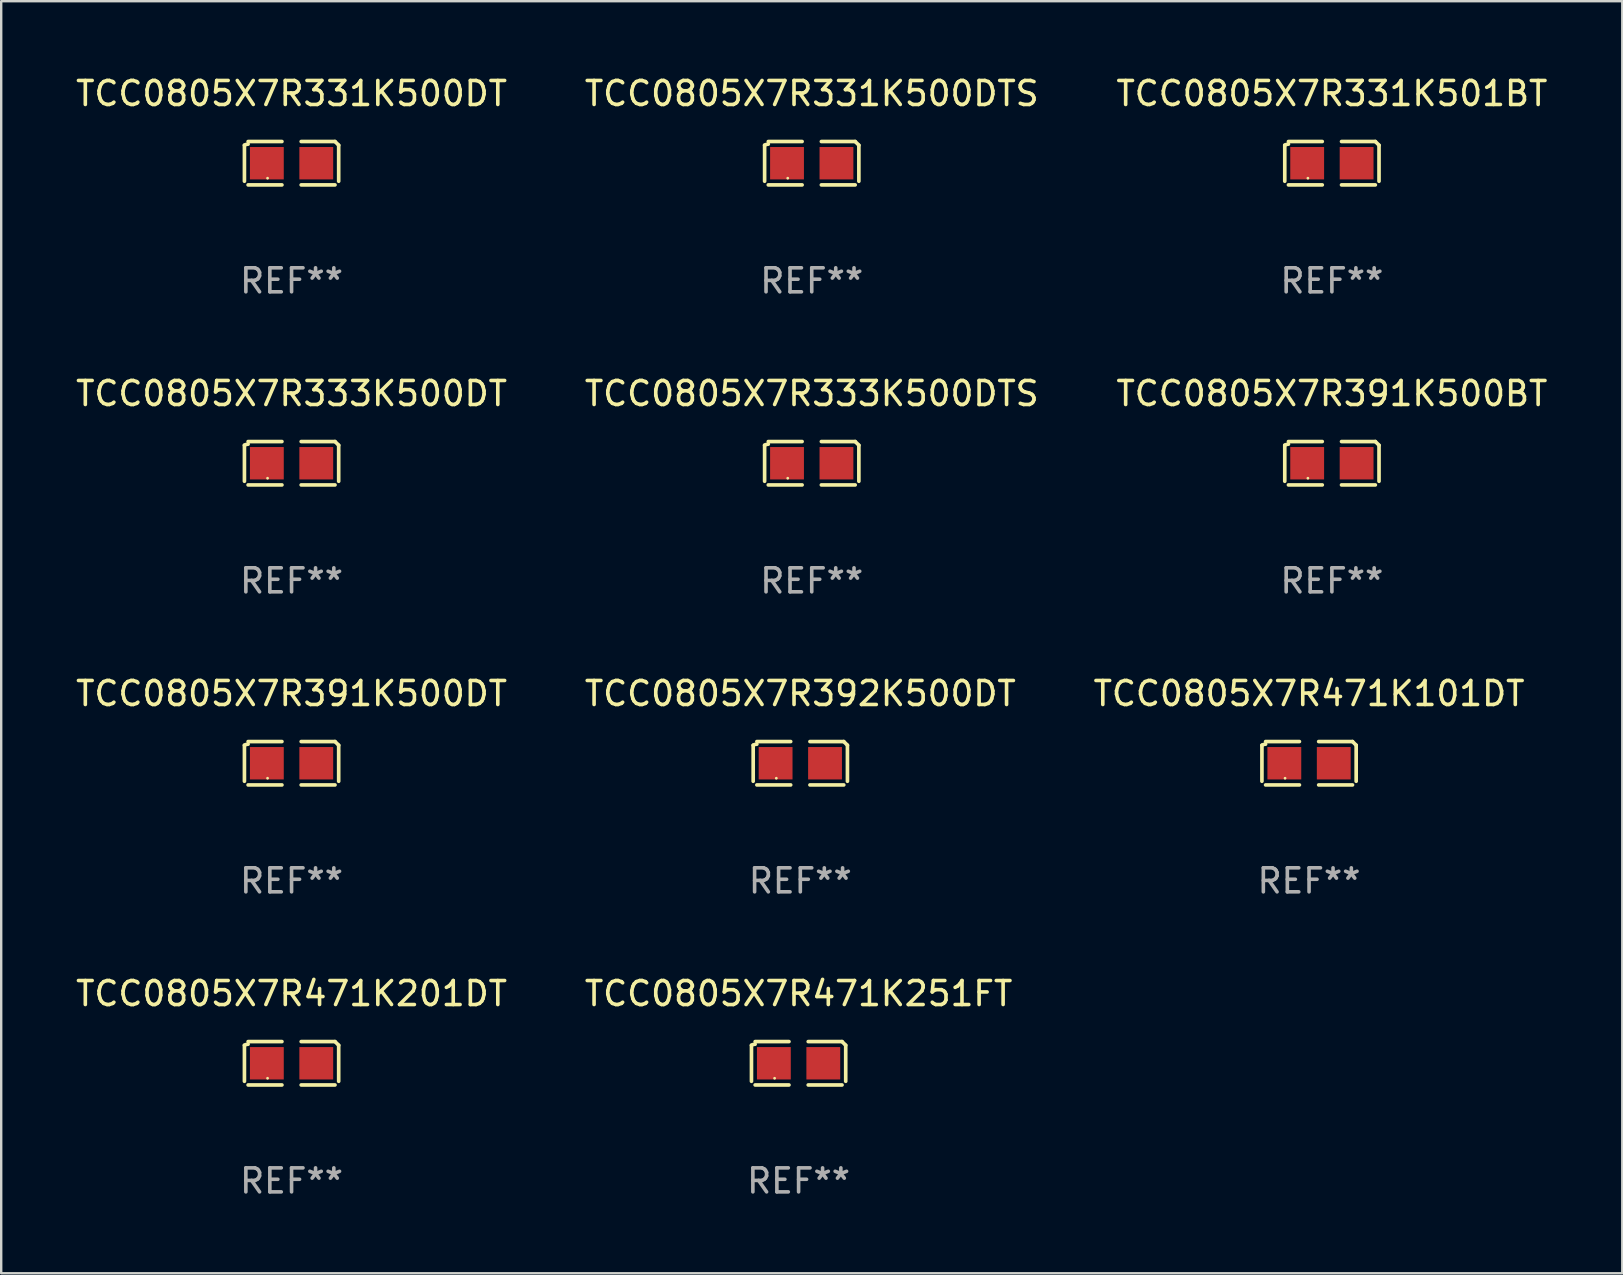
<source format=kicad_pcb>
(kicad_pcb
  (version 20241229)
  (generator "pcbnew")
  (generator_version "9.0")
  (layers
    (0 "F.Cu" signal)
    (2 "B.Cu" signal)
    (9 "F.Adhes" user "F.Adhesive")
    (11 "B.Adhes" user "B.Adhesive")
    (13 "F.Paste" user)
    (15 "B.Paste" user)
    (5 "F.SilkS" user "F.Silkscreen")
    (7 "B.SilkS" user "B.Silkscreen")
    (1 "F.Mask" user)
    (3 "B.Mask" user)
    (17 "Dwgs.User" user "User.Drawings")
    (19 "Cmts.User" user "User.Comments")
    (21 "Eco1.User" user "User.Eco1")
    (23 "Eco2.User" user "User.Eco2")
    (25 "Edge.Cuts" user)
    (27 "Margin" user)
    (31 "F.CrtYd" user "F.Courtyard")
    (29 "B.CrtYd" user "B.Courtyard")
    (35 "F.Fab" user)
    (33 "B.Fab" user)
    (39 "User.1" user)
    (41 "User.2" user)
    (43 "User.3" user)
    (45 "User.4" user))
  (footprint "TCC0805X7R331K500DTS"
    (layer "F.Cu")
    (at 30.78 3.752)
    (property "Reference" "TCC0805X7R331K500DTS" (at 0 -2.904 0) (layer "F.SilkS") (effects (font (size 1 1) (thickness 0.15))))
    (attr through_hole)
    (fp_line (start -1.964 0.751) (end -1.964 -0.751) (stroke (width 0.152) (type solid)) (layer "F.SilkS"))
    (fp_line (start -1.811 -0.904) (end -0.401 -0.904) (stroke (width 0.152) (type solid)) (layer "F.SilkS"))
    (fp_line (start -0.401 0.904) (end -1.811 0.904) (stroke (width 0.152) (type solid)) (layer "F.SilkS"))
    (fp_line (start 0.401 0.904) (end 1.811 0.904) (stroke (width 0.152) (type solid)) (layer "F.SilkS"))
    (fp_line (start 1.811 -0.904) (end 0.401 -0.904) (stroke (width 0.152) (type solid)) (layer "F.SilkS"))
    (fp_line (start 1.964 0.751) (end 1.964 -0.751) (stroke (width 0.152) (type solid)) (layer "F.SilkS"))
    (fp_arc (start -1.963602 -0.751207) (mid -1.890354 -0.783131) (end -1.811201 -0.794044) (stroke (width 0.1524) (type solid)) (layer "F.SilkS"))
    (fp_arc (start 1.811202 -0.903607) (mid 1.887413 -0.827418) (end 1.963602 -0.751207) (stroke (width 0.1524) (type solid)) (layer "F.SilkS"))
    (fp_circle (center -1 0.625) (end -0.97 0.625) (stroke (width 0.06) (type solid)) (fill no) (layer "F.SilkS"))
    (fp_text user "REF**" (at 0 4.904 0) (layer "F.Fab") (effects (font (size 1 1) (thickness 0.15))))
    (pad "1" smd rect (at -1.03 0) (size 1.41 1.35) (layers "F.Cu" "F.Mask" "F.Paste"))
    (pad "2" smd rect (at 1.03 0) (size 1.41 1.35) (layers "F.Cu" "F.Mask" "F.Paste")))
  (footprint "TCC0805X7R391K500BT"
    (layer "F.Cu")
    (at 52.458 16.256)
    (property "Reference" "TCC0805X7R391K500BT" (at 0 -2.904 0) (layer "F.SilkS") (effects (font (size 1 1) (thickness 0.15))))
    (attr through_hole)
    (fp_line (start -1.964 0.751) (end -1.964 -0.751) (stroke (width 0.152) (type solid)) (layer "F.SilkS"))
    (fp_line (start -1.811 -0.904) (end -0.401 -0.904) (stroke (width 0.152) (type solid)) (layer "F.SilkS"))
    (fp_line (start -0.401 0.904) (end -1.811 0.904) (stroke (width 0.152) (type solid)) (layer "F.SilkS"))
    (fp_line (start 0.401 0.904) (end 1.811 0.904) (stroke (width 0.152) (type solid)) (layer "F.SilkS"))
    (fp_line (start 1.811 -0.904) (end 0.401 -0.904) (stroke (width 0.152) (type solid)) (layer "F.SilkS"))
    (fp_line (start 1.964 0.751) (end 1.964 -0.751) (stroke (width 0.152) (type solid)) (layer "F.SilkS"))
    (fp_arc (start -1.963602 -0.751207) (mid -1.890354 -0.783131) (end -1.811201 -0.794044) (stroke (width 0.1524) (type solid)) (layer "F.SilkS"))
    (fp_arc (start 1.811202 -0.903607) (mid 1.887413 -0.827418) (end 1.963602 -0.751207) (stroke (width 0.1524) (type solid)) (layer "F.SilkS"))
    (fp_circle (center -1 0.625) (end -0.97 0.625) (stroke (width 0.06) (type solid)) (fill no) (layer "F.SilkS"))
    (fp_text user "REF**" (at 0 4.904 0) (layer "F.Fab") (effects (font (size 1 1) (thickness 0.15))))
    (pad "1" smd rect (at -1.03 0) (size 1.41 1.35) (layers "F.Cu" "F.Mask" "F.Paste"))
    (pad "2" smd rect (at 1.03 0) (size 1.41 1.35) (layers "F.Cu" "F.Mask" "F.Paste")))
  (footprint "TCC0805X7R392K500DT"
    (layer "F.Cu")
    (at 30.304 28.759)
    (property "Reference" "TCC0805X7R392K500DT" (at 0 -2.904 0) (layer "F.SilkS") (effects (font (size 1 1) (thickness 0.15))))
    (attr through_hole)
    (fp_line (start -1.964 0.751) (end -1.964 -0.751) (stroke (width 0.152) (type solid)) (layer "F.SilkS"))
    (fp_line (start -1.811 -0.904) (end -0.401 -0.904) (stroke (width 0.152) (type solid)) (layer "F.SilkS"))
    (fp_line (start -0.401 0.904) (end -1.811 0.904) (stroke (width 0.152) (type solid)) (layer "F.SilkS"))
    (fp_line (start 0.401 0.904) (end 1.811 0.904) (stroke (width 0.152) (type solid)) (layer "F.SilkS"))
    (fp_line (start 1.811 -0.904) (end 0.401 -0.904) (stroke (width 0.152) (type solid)) (layer "F.SilkS"))
    (fp_line (start 1.964 0.751) (end 1.964 -0.751) (stroke (width 0.152) (type solid)) (layer "F.SilkS"))
    (fp_arc (start -1.963602 -0.751207) (mid -1.890354 -0.783131) (end -1.811201 -0.794044) (stroke (width 0.1524) (type solid)) (layer "F.SilkS"))
    (fp_arc (start 1.811202 -0.903607) (mid 1.887413 -0.827418) (end 1.963602 -0.751207) (stroke (width 0.1524) (type solid)) (layer "F.SilkS"))
    (fp_circle (center -1 0.625) (end -0.97 0.625) (stroke (width 0.06) (type solid)) (fill no) (layer "F.SilkS"))
    (fp_text user "REF**" (at 0 4.904 0) (layer "F.Fab") (effects (font (size 1 1) (thickness 0.15))))
    (pad "1" smd rect (at -1.03 0) (size 1.41 1.35) (layers "F.Cu" "F.Mask" "F.Paste"))
    (pad "2" smd rect (at 1.03 0) (size 1.41 1.35) (layers "F.Cu" "F.Mask" "F.Paste")))
  (footprint "TCC0805X7R471K251FT"
    (layer "F.Cu")
    (at 30.232 41.263)
    (property "Reference" "TCC0805X7R471K251FT" (at 0 -2.904 0) (layer "F.SilkS") (effects (font (size 1 1) (thickness 0.15))))
    (attr through_hole)
    (fp_line (start -1.964 0.751) (end -1.964 -0.751) (stroke (width 0.152) (type solid)) (layer "F.SilkS"))
    (fp_line (start -1.811 -0.904) (end -0.401 -0.904) (stroke (width 0.152) (type solid)) (layer "F.SilkS"))
    (fp_line (start -0.401 0.904) (end -1.811 0.904) (stroke (width 0.152) (type solid)) (layer "F.SilkS"))
    (fp_line (start 0.401 0.904) (end 1.811 0.904) (stroke (width 0.152) (type solid)) (layer "F.SilkS"))
    (fp_line (start 1.811 -0.904) (end 0.401 -0.904) (stroke (width 0.152) (type solid)) (layer "F.SilkS"))
    (fp_line (start 1.964 0.751) (end 1.964 -0.751) (stroke (width 0.152) (type solid)) (layer "F.SilkS"))
    (fp_arc (start -1.963602 -0.751207) (mid -1.890354 -0.783131) (end -1.811201 -0.794044) (stroke (width 0.1524) (type solid)) (layer "F.SilkS"))
    (fp_arc (start 1.811202 -0.903607) (mid 1.887413 -0.827418) (end 1.963602 -0.751207) (stroke (width 0.1524) (type solid)) (layer "F.SilkS"))
    (fp_circle (center -1 0.625) (end -0.97 0.625) (stroke (width 0.06) (type solid)) (fill no) (layer "F.SilkS"))
    (fp_text user "REF**" (at 0 4.904 0) (layer "F.Fab") (effects (font (size 1 1) (thickness 0.15))))
    (pad "1" smd rect (at -1.03 0) (size 1.41 1.35) (layers "F.Cu" "F.Mask" "F.Paste"))
    (pad "2" smd rect (at 1.03 0) (size 1.41 1.35) (layers "F.Cu" "F.Mask" "F.Paste")))
  (footprint "TCC0805X7R333K500DT"
    (layer "F.Cu")
    (at 9.101 16.256)
    (property "Reference" "TCC0805X7R333K500DT" (at 0 -2.904 0) (layer "F.SilkS") (effects (font (size 1 1) (thickness 0.15))))
    (attr through_hole)
    (fp_line (start -1.964 0.751) (end -1.964 -0.751) (stroke (width 0.152) (type solid)) (layer "F.SilkS"))
    (fp_line (start -1.811 -0.904) (end -0.401 -0.904) (stroke (width 0.152) (type solid)) (layer "F.SilkS"))
    (fp_line (start -0.401 0.904) (end -1.811 0.904) (stroke (width 0.152) (type solid)) (layer "F.SilkS"))
    (fp_line (start 0.401 0.904) (end 1.811 0.904) (stroke (width 0.152) (type solid)) (layer "F.SilkS"))
    (fp_line (start 1.811 -0.904) (end 0.401 -0.904) (stroke (width 0.152) (type solid)) (layer "F.SilkS"))
    (fp_line (start 1.964 0.751) (end 1.964 -0.751) (stroke (width 0.152) (type solid)) (layer "F.SilkS"))
    (fp_arc (start -1.963602 -0.751207) (mid -1.890354 -0.783131) (end -1.811201 -0.794044) (stroke (width 0.1524) (type solid)) (layer "F.SilkS"))
    (fp_arc (start 1.811202 -0.903607) (mid 1.887413 -0.827418) (end 1.963602 -0.751207) (stroke (width 0.1524) (type solid)) (layer "F.SilkS"))
    (fp_circle (center -1 0.625) (end -0.97 0.625) (stroke (width 0.06) (type solid)) (fill no) (layer "F.SilkS"))
    (fp_text user "REF**" (at 0 4.904 0) (layer "F.Fab") (effects (font (size 1 1) (thickness 0.15))))
    (pad "1" smd rect (at -1.03 0) (size 1.41 1.35) (layers "F.Cu" "F.Mask" "F.Paste"))
    (pad "2" smd rect (at 1.03 0) (size 1.41 1.35) (layers "F.Cu" "F.Mask" "F.Paste")))
  (footprint "TCC0805X7R471K201DT"
    (layer "F.Cu")
    (at 9.101 41.263)
    (property "Reference" "TCC0805X7R471K201DT" (at 0 -2.904 0) (layer "F.SilkS") (effects (font (size 1 1) (thickness 0.15))))
    (attr through_hole)
    (fp_line (start -1.964 0.751) (end -1.964 -0.751) (stroke (width 0.152) (type solid)) (layer "F.SilkS"))
    (fp_line (start -1.811 -0.904) (end -0.401 -0.904) (stroke (width 0.152) (type solid)) (layer "F.SilkS"))
    (fp_line (start -0.401 0.904) (end -1.811 0.904) (stroke (width 0.152) (type solid)) (layer "F.SilkS"))
    (fp_line (start 0.401 0.904) (end 1.811 0.904) (stroke (width 0.152) (type solid)) (layer "F.SilkS"))
    (fp_line (start 1.811 -0.904) (end 0.401 -0.904) (stroke (width 0.152) (type solid)) (layer "F.SilkS"))
    (fp_line (start 1.964 0.751) (end 1.964 -0.751) (stroke (width 0.152) (type solid)) (layer "F.SilkS"))
    (fp_arc (start -1.963602 -0.751207) (mid -1.890354 -0.783131) (end -1.811201 -0.794044) (stroke (width 0.1524) (type solid)) (layer "F.SilkS"))
    (fp_arc (start 1.811202 -0.903607) (mid 1.887413 -0.827418) (end 1.963602 -0.751207) (stroke (width 0.1524) (type solid)) (layer "F.SilkS"))
    (fp_circle (center -1 0.625) (end -0.97 0.625) (stroke (width 0.06) (type solid)) (fill no) (layer "F.SilkS"))
    (fp_text user "REF**" (at 0 4.904 0) (layer "F.Fab") (effects (font (size 1 1) (thickness 0.15))))
    (pad "1" smd rect (at -1.03 0) (size 1.41 1.35) (layers "F.Cu" "F.Mask" "F.Paste"))
    (pad "2" smd rect (at 1.03 0) (size 1.41 1.35) (layers "F.Cu" "F.Mask" "F.Paste")))
  (footprint "TCC0805X7R331K501BT"
    (layer "F.Cu")
    (at 52.458 3.752)
    (property "Reference" "TCC0805X7R331K501BT" (at 0 -2.904 0) (layer "F.SilkS") (effects (font (size 1 1) (thickness 0.15))))
    (attr through_hole)
    (fp_line (start -1.964 0.751) (end -1.964 -0.751) (stroke (width 0.152) (type solid)) (layer "F.SilkS"))
    (fp_line (start -1.811 -0.904) (end -0.401 -0.904) (stroke (width 0.152) (type solid)) (layer "F.SilkS"))
    (fp_line (start -0.401 0.904) (end -1.811 0.904) (stroke (width 0.152) (type solid)) (layer "F.SilkS"))
    (fp_line (start 0.401 0.904) (end 1.811 0.904) (stroke (width 0.152) (type solid)) (layer "F.SilkS"))
    (fp_line (start 1.811 -0.904) (end 0.401 -0.904) (stroke (width 0.152) (type solid)) (layer "F.SilkS"))
    (fp_line (start 1.964 0.751) (end 1.964 -0.751) (stroke (width 0.152) (type solid)) (layer "F.SilkS"))
    (fp_arc (start -1.963602 -0.751207) (mid -1.890354 -0.783131) (end -1.811201 -0.794044) (stroke (width 0.1524) (type solid)) (layer "F.SilkS"))
    (fp_arc (start 1.811202 -0.903607) (mid 1.887413 -0.827418) (end 1.963602 -0.751207) (stroke (width 0.1524) (type solid)) (layer "F.SilkS"))
    (fp_circle (center -1 0.625) (end -0.97 0.625) (stroke (width 0.06) (type solid)) (fill no) (layer "F.SilkS"))
    (fp_text user "REF**" (at 0 4.904 0) (layer "F.Fab") (effects (font (size 1 1) (thickness 0.15))))
    (pad "1" smd rect (at -1.03 0) (size 1.41 1.35) (layers "F.Cu" "F.Mask" "F.Paste"))
    (pad "2" smd rect (at 1.03 0) (size 1.41 1.35) (layers "F.Cu" "F.Mask" "F.Paste")))
  (footprint "TCC0805X7R471K101DT"
    (layer "F.Cu")
    (at 51.506 28.759)
    (property "Reference" "TCC0805X7R471K101DT" (at 0 -2.904 0) (layer "F.SilkS") (effects (font (size 1 1) (thickness 0.15))))
    (attr through_hole)
    (fp_line (start -1.964 0.751) (end -1.964 -0.751) (stroke (width 0.152) (type solid)) (layer "F.SilkS"))
    (fp_line (start -1.811 -0.904) (end -0.401 -0.904) (stroke (width 0.152) (type solid)) (layer "F.SilkS"))
    (fp_line (start -0.401 0.904) (end -1.811 0.904) (stroke (width 0.152) (type solid)) (layer "F.SilkS"))
    (fp_line (start 0.401 0.904) (end 1.811 0.904) (stroke (width 0.152) (type solid)) (layer "F.SilkS"))
    (fp_line (start 1.811 -0.904) (end 0.401 -0.904) (stroke (width 0.152) (type solid)) (layer "F.SilkS"))
    (fp_line (start 1.964 0.751) (end 1.964 -0.751) (stroke (width 0.152) (type solid)) (layer "F.SilkS"))
    (fp_arc (start -1.963602 -0.751207) (mid -1.890354 -0.783131) (end -1.811201 -0.794044) (stroke (width 0.1524) (type solid)) (layer "F.SilkS"))
    (fp_arc (start 1.811202 -0.903607) (mid 1.887413 -0.827418) (end 1.963602 -0.751207) (stroke (width 0.1524) (type solid)) (layer "F.SilkS"))
    (fp_circle (center -1 0.625) (end -0.97 0.625) (stroke (width 0.06) (type solid)) (fill no) (layer "F.SilkS"))
    (fp_text user "REF**" (at 0 4.904 0) (layer "F.Fab") (effects (font (size 1 1) (thickness 0.15))))
    (pad "1" smd rect (at -1.03 0) (size 1.41 1.35) (layers "F.Cu" "F.Mask" "F.Paste"))
    (pad "2" smd rect (at 1.03 0) (size 1.41 1.35) (layers "F.Cu" "F.Mask" "F.Paste")))
  (footprint "TCC0805X7R331K500DT"
    (layer "F.Cu")
    (at 9.101 3.752)
    (property "Reference" "TCC0805X7R331K500DT" (at 0 -2.904 0) (layer "F.SilkS") (effects (font (size 1 1) (thickness 0.15))))
    (attr through_hole)
    (fp_line (start -1.964 0.751) (end -1.964 -0.751) (stroke (width 0.152) (type solid)) (layer "F.SilkS"))
    (fp_line (start -1.811 -0.904) (end -0.401 -0.904) (stroke (width 0.152) (type solid)) (layer "F.SilkS"))
    (fp_line (start -0.401 0.904) (end -1.811 0.904) (stroke (width 0.152) (type solid)) (layer "F.SilkS"))
    (fp_line (start 0.401 0.904) (end 1.811 0.904) (stroke (width 0.152) (type solid)) (layer "F.SilkS"))
    (fp_line (start 1.811 -0.904) (end 0.401 -0.904) (stroke (width 0.152) (type solid)) (layer "F.SilkS"))
    (fp_line (start 1.964 0.751) (end 1.964 -0.751) (stroke (width 0.152) (type solid)) (layer "F.SilkS"))
    (fp_arc (start -1.963602 -0.751207) (mid -1.890354 -0.783131) (end -1.811201 -0.794044) (stroke (width 0.1524) (type solid)) (layer "F.SilkS"))
    (fp_arc (start 1.811202 -0.903607) (mid 1.887413 -0.827418) (end 1.963602 -0.751207) (stroke (width 0.1524) (type solid)) (layer "F.SilkS"))
    (fp_circle (center -1 0.625) (end -0.97 0.625) (stroke (width 0.06) (type solid)) (fill no) (layer "F.SilkS"))
    (fp_text user "REF**" (at 0 4.904 0) (layer "F.Fab") (effects (font (size 1 1) (thickness 0.15))))
    (pad "1" smd rect (at -1.03 0) (size 1.41 1.35) (layers "F.Cu" "F.Mask" "F.Paste"))
    (pad "2" smd rect (at 1.03 0) (size 1.41 1.35) (layers "F.Cu" "F.Mask" "F.Paste")))
  (footprint "TCC0805X7R391K500DT"
    (layer "F.Cu")
    (at 9.101 28.759)
    (property "Reference" "TCC0805X7R391K500DT" (at 0 -2.904 0) (layer "F.SilkS") (effects (font (size 1 1) (thickness 0.15))))
    (attr through_hole)
    (fp_line (start -1.964 0.751) (end -1.964 -0.751) (stroke (width 0.152) (type solid)) (layer "F.SilkS"))
    (fp_line (start -1.811 -0.904) (end -0.401 -0.904) (stroke (width 0.152) (type solid)) (layer "F.SilkS"))
    (fp_line (start -0.401 0.904) (end -1.811 0.904) (stroke (width 0.152) (type solid)) (layer "F.SilkS"))
    (fp_line (start 0.401 0.904) (end 1.811 0.904) (stroke (width 0.152) (type solid)) (layer "F.SilkS"))
    (fp_line (start 1.811 -0.904) (end 0.401 -0.904) (stroke (width 0.152) (type solid)) (layer "F.SilkS"))
    (fp_line (start 1.964 0.751) (end 1.964 -0.751) (stroke (width 0.152) (type solid)) (layer "F.SilkS"))
    (fp_arc (start -1.963602 -0.751207) (mid -1.890354 -0.783131) (end -1.811201 -0.794044) (stroke (width 0.1524) (type solid)) (layer "F.SilkS"))
    (fp_arc (start 1.811202 -0.903607) (mid 1.887413 -0.827418) (end 1.963602 -0.751207) (stroke (width 0.1524) (type solid)) (layer "F.SilkS"))
    (fp_circle (center -1 0.625) (end -0.97 0.625) (stroke (width 0.06) (type solid)) (fill no) (layer "F.SilkS"))
    (fp_text user "REF**" (at 0 4.904 0) (layer "F.Fab") (effects (font (size 1 1) (thickness 0.15))))
    (pad "1" smd rect (at -1.03 0) (size 1.41 1.35) (layers "F.Cu" "F.Mask" "F.Paste"))
    (pad "2" smd rect (at 1.03 0) (size 1.41 1.35) (layers "F.Cu" "F.Mask" "F.Paste")))
  (footprint "TCC0805X7R333K500DTS"
    (layer "F.Cu")
    (at 30.78 16.256)
    (property "Reference" "TCC0805X7R333K500DTS" (at 0 -2.904 0) (layer "F.SilkS") (effects (font (size 1 1) (thickness 0.15))))
    (attr through_hole)
    (fp_line (start -1.964 0.751) (end -1.964 -0.751) (stroke (width 0.152) (type solid)) (layer "F.SilkS"))
    (fp_line (start -1.811 -0.904) (end -0.401 -0.904) (stroke (width 0.152) (type solid)) (layer "F.SilkS"))
    (fp_line (start -0.401 0.904) (end -1.811 0.904) (stroke (width 0.152) (type solid)) (layer "F.SilkS"))
    (fp_line (start 0.401 0.904) (end 1.811 0.904) (stroke (width 0.152) (type solid)) (layer "F.SilkS"))
    (fp_line (start 1.811 -0.904) (end 0.401 -0.904) (stroke (width 0.152) (type solid)) (layer "F.SilkS"))
    (fp_line (start 1.964 0.751) (end 1.964 -0.751) (stroke (width 0.152) (type solid)) (layer "F.SilkS"))
    (fp_arc (start -1.963602 -0.751207) (mid -1.890354 -0.783131) (end -1.811201 -0.794044) (stroke (width 0.1524) (type solid)) (layer "F.SilkS"))
    (fp_arc (start 1.811202 -0.903607) (mid 1.887413 -0.827418) (end 1.963602 -0.751207) (stroke (width 0.1524) (type solid)) (layer "F.SilkS"))
    (fp_circle (center -1 0.625) (end -0.97 0.625) (stroke (width 0.06) (type solid)) (fill no) (layer "F.SilkS"))
    (fp_text user "REF**" (at 0 4.904 0) (layer "F.Fab") (effects (font (size 1 1) (thickness 0.15))))
    (pad "1" smd rect (at -1.03 0) (size 1.41 1.35) (layers "F.Cu" "F.Mask" "F.Paste"))
    (pad "2" smd rect (at 1.03 0) (size 1.41 1.35) (layers "F.Cu" "F.Mask" "F.Paste")))
  (gr_rect
    (start -3 -3)
    (end 64.56 50.015)
    (stroke (width 0.1) (type default))
    (fill no)
    (layer "Edge.Cuts")))
</source>
